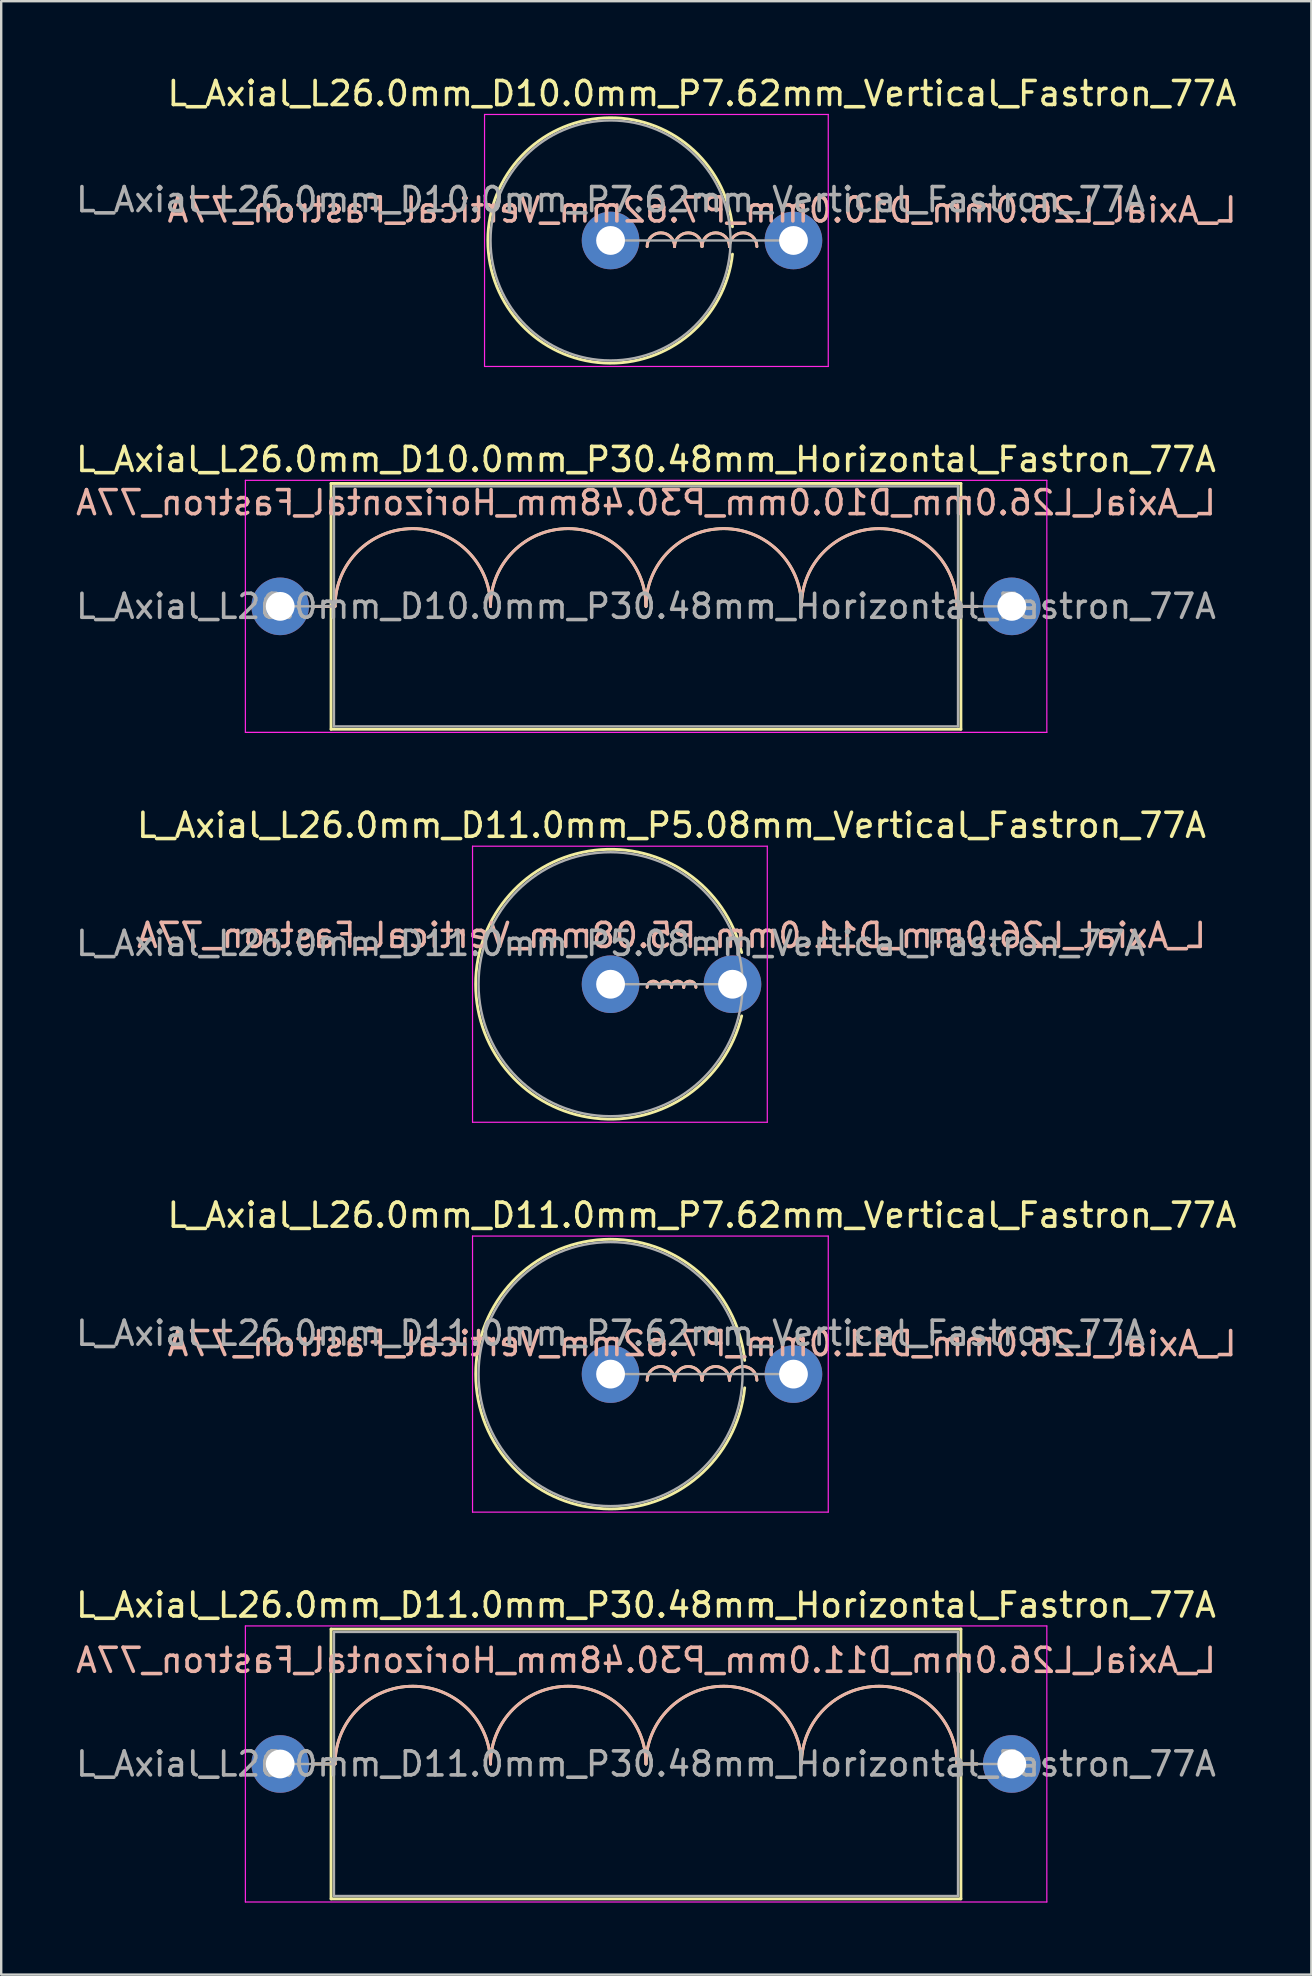
<source format=kicad_pcb>
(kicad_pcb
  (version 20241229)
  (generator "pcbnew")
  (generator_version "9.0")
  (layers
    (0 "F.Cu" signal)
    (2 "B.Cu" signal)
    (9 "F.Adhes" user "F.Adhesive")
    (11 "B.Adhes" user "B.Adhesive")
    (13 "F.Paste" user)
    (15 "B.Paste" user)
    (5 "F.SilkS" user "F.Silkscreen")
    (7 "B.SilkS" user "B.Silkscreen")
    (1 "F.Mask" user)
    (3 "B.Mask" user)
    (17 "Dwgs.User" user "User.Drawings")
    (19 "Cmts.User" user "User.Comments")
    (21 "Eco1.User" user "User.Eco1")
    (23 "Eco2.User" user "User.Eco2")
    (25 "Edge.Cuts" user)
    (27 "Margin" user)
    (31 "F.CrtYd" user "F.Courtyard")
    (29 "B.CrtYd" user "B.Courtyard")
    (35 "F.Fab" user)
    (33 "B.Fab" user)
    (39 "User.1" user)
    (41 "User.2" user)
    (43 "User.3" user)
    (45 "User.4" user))
  (footprint "L_Axial_L26.0mm_D11.0mm_P7.62mm_Vertical_Fastron_77A"
    (layer "F.Cu")
    (at 22.387 54.198)
    (property "Reference" "L_Axial_L26.0mm_D11.0mm_P7.62mm_Vertical_Fastron_77A" (at 3.81 -6.62 0) (layer "F.SilkS") (effects (font (size 1 1) (thickness 0.15))))
    (fp_arc (start 1.524 0.254) (mid 2.0955 -0.3175) (end 2.667 0.254) (stroke (width 0.12) (type solid)) (layer "F.SilkS"))
    (fp_arc (start 2.667 0.254) (mid 3.2385 -0.3175) (end 3.81 0.254) (stroke (width 0.12) (type solid)) (layer "F.SilkS"))
    (fp_arc (start 3.81 0.254) (mid 4.3815 -0.3175) (end 4.953 0.254) (stroke (width 0.12) (type solid)) (layer "F.SilkS"))
    (fp_arc (start 4.953 0.254) (mid 5.5245 -0.3175) (end 6.096 0.254) (stroke (width 0.12) (type solid)) (layer "F.SilkS"))
    (fp_arc (start 5.588 0.5715) (mid -5.617148 0) (end 5.588 -0.5715) (stroke (width 0.12) (type solid)) (layer "F.SilkS"))
    (fp_arc (start 1.524 0.254) (mid 2.0955 -0.3175) (end 2.667 0.254) (stroke (width 0.12) (type solid)) (layer "B.SilkS"))
    (fp_arc (start 2.667 0.254) (mid 3.2385 -0.3175) (end 3.81 0.254) (stroke (width 0.12) (type solid)) (layer "B.SilkS"))
    (fp_arc (start 3.81 0.254) (mid 4.3815 -0.3175) (end 4.953 0.254) (stroke (width 0.12) (type solid)) (layer "B.SilkS"))
    (fp_arc (start 4.953 0.254) (mid 5.5245 -0.3175) (end 6.096 0.254) (stroke (width 0.12) (type solid)) (layer "B.SilkS"))
    (fp_line (start -5.75 -5.75) (end -5.75 5.75) (stroke (width 0.05) (type solid)) (layer "F.CrtYd"))
    (fp_line (start -5.75 5.75) (end 9.07 5.75) (stroke (width 0.05) (type solid)) (layer "F.CrtYd"))
    (fp_line (start 9.07 -5.75) (end -5.75 -5.75) (stroke (width 0.05) (type solid)) (layer "F.CrtYd"))
    (fp_line (start 9.07 5.75) (end 9.07 -5.75) (stroke (width 0.05) (type solid)) (layer "F.CrtYd"))
    (fp_line (start 0 0) (end 7.62 0) (stroke (width 0.1) (type solid)) (layer "F.Fab"))
    (fp_circle (center 0 0) (end 5.5 0) (stroke (width 0.1) (type solid)) (fill no) (layer "F.Fab"))
    (fp_text user "${REFERENCE}" (at 3.81 -1.27 0) (layer "B.SilkS") (effects (font (size 1 1) (thickness 0.15)) (justify mirror)))
    (fp_text user "${REFERENCE}" (at 0 -1.7 0) (layer "F.Fab") (effects (font (size 1 1) (thickness 0.15))))
    (pad "1" thru_hole circle (at 0 0) (size 2.4 2.4) (drill 1.2) (layers "*.Cu" "*.Mask"))
    (pad "2" thru_hole oval (at 7.62 0) (size 2.4 2.4) (drill 1.2) (layers "*.Cu" "*.Mask")))
  (footprint "L_Axial_L26.0mm_D11.0mm_P5.08mm_Vertical_Fastron_77A"
    (layer "F.Cu")
    (at 22.387 37.955)
    (property "Reference" "L_Axial_L26.0mm_D11.0mm_P5.08mm_Vertical_Fastron_77A" (at 2.54 -6.62 0) (layer "F.SilkS") (effects (font (size 1 1) (thickness 0.15))))
    (fp_arc (start 1.524 0.127) (mid 1.778 -0.127) (end 2.032 0.127) (stroke (width 0.12) (type solid)) (layer "F.SilkS"))
    (fp_arc (start 2.032 0.127) (mid 2.286 -0.127) (end 2.54 0.127) (stroke (width 0.12) (type solid)) (layer "F.SilkS"))
    (fp_arc (start 2.54 0.127) (mid 2.794 -0.127) (end 3.048 0.127) (stroke (width 0.12) (type solid)) (layer "F.SilkS"))
    (fp_arc (start 3.048 0.127) (mid 3.302 -0.127) (end 3.556 0.127) (stroke (width 0.12) (type solid)) (layer "F.SilkS"))
    (fp_arc (start 5.462783 1.32) (mid -5.62 0) (end 5.462783 -1.32) (stroke (width 0.12) (type solid)) (layer "F.SilkS"))
    (fp_arc (start 1.524 0.127) (mid 1.778 -0.127) (end 2.032 0.127) (stroke (width 0.12) (type solid)) (layer "B.SilkS"))
    (fp_arc (start 2.032 0.127) (mid 2.286 -0.127) (end 2.54 0.127) (stroke (width 0.12) (type solid)) (layer "B.SilkS"))
    (fp_arc (start 2.54 0.127) (mid 2.794 -0.127) (end 3.048 0.127) (stroke (width 0.12) (type solid)) (layer "B.SilkS"))
    (fp_arc (start 3.048 0.127) (mid 3.302 -0.127) (end 3.556 0.127) (stroke (width 0.12) (type solid)) (layer "B.SilkS"))
    (fp_line (start -5.75 -5.75) (end -5.75 5.75) (stroke (width 0.05) (type solid)) (layer "F.CrtYd"))
    (fp_line (start -5.75 5.75) (end 6.53 5.75) (stroke (width 0.05) (type solid)) (layer "F.CrtYd"))
    (fp_line (start 6.53 -5.75) (end -5.75 -5.75) (stroke (width 0.05) (type solid)) (layer "F.CrtYd"))
    (fp_line (start 6.53 5.75) (end 6.53 -5.75) (stroke (width 0.05) (type solid)) (layer "F.CrtYd"))
    (fp_line (start 0 0) (end 5.08 0) (stroke (width 0.1) (type solid)) (layer "F.Fab"))
    (fp_circle (center 0 0) (end 5.5 0) (stroke (width 0.1) (type solid)) (fill no) (layer "F.Fab"))
    (fp_text user "${REFERENCE}" (at 2.54 -2.032 0) (layer "B.SilkS") (effects (font (size 1 1) (thickness 0.15)) (justify mirror)))
    (fp_text user "${REFERENCE}" (at 0 -1.7 0) (layer "F.Fab") (effects (font (size 1 1) (thickness 0.15))))
    (pad "1" thru_hole circle (at 0 0) (size 2.4 2.4) (drill 1.2) (layers "*.Cu" "*.Mask"))
    (pad "2" thru_hole oval (at 5.08 0) (size 2.4 2.4) (drill 1.2) (layers "*.Cu" "*.Mask")))
  (footprint "L_Axial_L26.0mm_D10.0mm_P30.48mm_Horizontal_Fastron_77A"
    (layer "F.Cu")
    (at 8.623 22.212)
    (property "Reference" "L_Axial_L26.0mm_D10.0mm_P30.48mm_Horizontal_Fastron_77A" (at 15.24 -6.12 0) (layer "F.SilkS") (effects (font (size 1 1) (thickness 0.15))))
    (fp_line (start 1.44 0) (end 2.12 0) (stroke (width 0.12) (type solid)) (layer "F.SilkS"))
    (fp_line (start 2.12 -5.12) (end 2.12 5.12) (stroke (width 0.12) (type solid)) (layer "F.SilkS"))
    (fp_line (start 2.12 5.12) (end 28.36 5.12) (stroke (width 0.12) (type solid)) (layer "F.SilkS"))
    (fp_line (start 2.286 0) (end 2.12 0) (stroke (width 0.12) (type solid)) (layer "F.SilkS"))
    (fp_line (start 28.194 0) (end 28.321 0) (stroke (width 0.12) (type solid)) (layer "F.SilkS"))
    (fp_line (start 28.36 -5.12) (end 2.12 -5.12) (stroke (width 0.12) (type solid)) (layer "F.SilkS"))
    (fp_line (start 28.36 5.12) (end 28.36 -5.12) (stroke (width 0.12) (type solid)) (layer "F.SilkS"))
    (fp_line (start 29.04 0) (end 28.36 0) (stroke (width 0.12) (type solid)) (layer "F.SilkS"))
    (fp_arc (start 2.286 0) (mid 5.5245 -3.2385) (end 8.763 0) (stroke (width 0.12) (type solid)) (layer "F.SilkS"))
    (fp_arc (start 8.763 0) (mid 12.0015 -3.2385) (end 15.24 0) (stroke (width 0.12) (type solid)) (layer "F.SilkS"))
    (fp_arc (start 15.24 0) (mid 18.4785 -3.2385) (end 21.717 0) (stroke (width 0.12) (type solid)) (layer "F.SilkS"))
    (fp_arc (start 21.717 0) (mid 24.9555 -3.2385) (end 28.194 0) (stroke (width 0.12) (type solid)) (layer "F.SilkS"))
    (fp_line (start 1.44 0) (end 2.12 0) (stroke (width 0.12) (type solid)) (layer "B.SilkS"))
    (fp_line (start 2.286 0) (end 2.159 0) (stroke (width 0.12) (type solid)) (layer "B.SilkS"))
    (fp_line (start 28.194 0) (end 28.36 0) (stroke (width 0.12) (type solid)) (layer "B.SilkS"))
    (fp_line (start 29.04 0) (end 28.36 0) (stroke (width 0.12) (type solid)) (layer "B.SilkS"))
    (fp_arc (start 2.286 0) (mid 5.5245 -3.2385) (end 8.763 0) (stroke (width 0.12) (type solid)) (layer "B.SilkS"))
    (fp_arc (start 8.763 0) (mid 12.0015 -3.2385) (end 15.24 0) (stroke (width 0.12) (type solid)) (layer "B.SilkS"))
    (fp_arc (start 15.24 0) (mid 18.4785 -3.2385) (end 21.717 0) (stroke (width 0.12) (type solid)) (layer "B.SilkS"))
    (fp_arc (start 21.717 0) (mid 24.9555 -3.2385) (end 28.194 0) (stroke (width 0.12) (type solid)) (layer "B.SilkS"))
    (fp_line (start -1.45 -5.25) (end -1.45 5.25) (stroke (width 0.05) (type solid)) (layer "F.CrtYd"))
    (fp_line (start -1.45 5.25) (end 31.94 5.25) (stroke (width 0.05) (type solid)) (layer "F.CrtYd"))
    (fp_line (start 31.94 -5.25) (end -1.45 -5.25) (stroke (width 0.05) (type solid)) (layer "F.CrtYd"))
    (fp_line (start 31.94 5.25) (end 31.94 -5.25) (stroke (width 0.05) (type solid)) (layer "F.CrtYd"))
    (fp_line (start 0 0) (end 2.24 0) (stroke (width 0.1) (type solid)) (layer "F.Fab"))
    (fp_line (start 2.24 -5) (end 2.24 5) (stroke (width 0.1) (type solid)) (layer "F.Fab"))
    (fp_line (start 2.24 5) (end 28.24 5) (stroke (width 0.1) (type solid)) (layer "F.Fab"))
    (fp_line (start 28.24 -5) (end 2.24 -5) (stroke (width 0.1) (type solid)) (layer "F.Fab"))
    (fp_line (start 28.24 5) (end 28.24 -5) (stroke (width 0.1) (type solid)) (layer "F.Fab"))
    (fp_line (start 30.48 0) (end 28.24 0) (stroke (width 0.1) (type solid)) (layer "F.Fab"))
    (fp_text user "${REFERENCE}" (at 15.24 -4.318 0) (layer "B.SilkS") (effects (font (size 1 1) (thickness 0.15)) (justify mirror)))
    (fp_text user "${REFERENCE}" (at 15.24 0 0) (layer "F.Fab") (effects (font (size 1 1) (thickness 0.15))))
    (pad "1" thru_hole circle (at 0 0) (size 2.4 2.4) (drill 1.2) (layers "*.Cu" "*.Mask"))
    (pad "2" thru_hole oval (at 30.48 0) (size 2.4 2.4) (drill 1.2) (layers "*.Cu" "*.Mask")))
  (footprint "L_Axial_L26.0mm_D11.0mm_P30.48mm_Horizontal_Fastron_77A"
    (layer "F.Cu")
    (at 8.623 70.441)
    (property "Reference" "L_Axial_L26.0mm_D11.0mm_P30.48mm_Horizontal_Fastron_77A" (at 15.24 -6.62 0) (layer "F.SilkS") (effects (font (size 1 1) (thickness 0.15))))
    (fp_line (start 1.44 0) (end 2.12 0) (stroke (width 0.12) (type solid)) (layer "F.SilkS"))
    (fp_line (start 2.12 -5.62) (end 2.12 5.62) (stroke (width 0.12) (type solid)) (layer "F.SilkS"))
    (fp_line (start 2.12 5.62) (end 28.36 5.62) (stroke (width 0.12) (type solid)) (layer "F.SilkS"))
    (fp_line (start 2.286 0) (end 2.12 0) (stroke (width 0.12) (type solid)) (layer "F.SilkS"))
    (fp_line (start 28.194 0) (end 28.321 0) (stroke (width 0.12) (type solid)) (layer "F.SilkS"))
    (fp_line (start 28.36 -5.62) (end 2.12 -5.62) (stroke (width 0.12) (type solid)) (layer "F.SilkS"))
    (fp_line (start 28.36 5.62) (end 28.36 -5.62) (stroke (width 0.12) (type solid)) (layer "F.SilkS"))
    (fp_line (start 29.04 0) (end 28.36 0) (stroke (width 0.12) (type solid)) (layer "F.SilkS"))
    (fp_arc (start 2.286 0) (mid 5.5245 -3.2385) (end 8.763 0) (stroke (width 0.12) (type solid)) (layer "F.SilkS"))
    (fp_arc (start 8.763 0) (mid 12.0015 -3.2385) (end 15.24 0) (stroke (width 0.12) (type solid)) (layer "F.SilkS"))
    (fp_arc (start 15.24 0) (mid 18.4785 -3.2385) (end 21.717 0) (stroke (width 0.12) (type solid)) (layer "F.SilkS"))
    (fp_arc (start 21.717 0) (mid 24.9555 -3.2385) (end 28.194 0) (stroke (width 0.12) (type solid)) (layer "F.SilkS"))
    (fp_line (start 1.44 0) (end 2.12 0) (stroke (width 0.12) (type solid)) (layer "B.SilkS"))
    (fp_line (start 2.286 0) (end 2.159 0) (stroke (width 0.12) (type solid)) (layer "B.SilkS"))
    (fp_line (start 28.194 0) (end 28.36 0) (stroke (width 0.12) (type solid)) (layer "B.SilkS"))
    (fp_line (start 29.04 0) (end 28.36 0) (stroke (width 0.12) (type solid)) (layer "B.SilkS"))
    (fp_arc (start 2.286 0) (mid 5.5245 -3.2385) (end 8.763 0) (stroke (width 0.12) (type solid)) (layer "B.SilkS"))
    (fp_arc (start 8.763 0) (mid 12.0015 -3.2385) (end 15.24 0) (stroke (width 0.12) (type solid)) (layer "B.SilkS"))
    (fp_arc (start 15.24 0) (mid 18.4785 -3.2385) (end 21.717 0) (stroke (width 0.12) (type solid)) (layer "B.SilkS"))
    (fp_arc (start 21.717 0) (mid 24.9555 -3.2385) (end 28.194 0) (stroke (width 0.12) (type solid)) (layer "B.SilkS"))
    (fp_line (start -1.45 -5.75) (end -1.45 5.75) (stroke (width 0.05) (type solid)) (layer "F.CrtYd"))
    (fp_line (start -1.45 5.75) (end 31.94 5.75) (stroke (width 0.05) (type solid)) (layer "F.CrtYd"))
    (fp_line (start 31.94 -5.75) (end -1.45 -5.75) (stroke (width 0.05) (type solid)) (layer "F.CrtYd"))
    (fp_line (start 31.94 5.75) (end 31.94 -5.75) (stroke (width 0.05) (type solid)) (layer "F.CrtYd"))
    (fp_line (start 0 0) (end 2.24 0) (stroke (width 0.1) (type solid)) (layer "F.Fab"))
    (fp_line (start 2.24 -5.5) (end 2.24 5.5) (stroke (width 0.1) (type solid)) (layer "F.Fab"))
    (fp_line (start 2.24 5.5) (end 28.24 5.5) (stroke (width 0.1) (type solid)) (layer "F.Fab"))
    (fp_line (start 28.24 -5.5) (end 2.24 -5.5) (stroke (width 0.1) (type solid)) (layer "F.Fab"))
    (fp_line (start 28.24 5.5) (end 28.24 -5.5) (stroke (width 0.1) (type solid)) (layer "F.Fab"))
    (fp_line (start 30.48 0) (end 28.24 0) (stroke (width 0.1) (type solid)) (layer "F.Fab"))
    (fp_text user "${REFERENCE}" (at 15.24 -4.318 0) (layer "B.SilkS") (effects (font (size 1 1) (thickness 0.15)) (justify mirror)))
    (fp_text user "${REFERENCE}" (at 15.24 0 0) (layer "F.Fab") (effects (font (size 1 1) (thickness 0.15))))
    (pad "1" thru_hole circle (at 0 0) (size 2.4 2.4) (drill 1.2) (layers "*.Cu" "*.Mask"))
    (pad "2" thru_hole oval (at 30.48 0) (size 2.4 2.4) (drill 1.2) (layers "*.Cu" "*.Mask")))
  (footprint "L_Axial_L26.0mm_D10.0mm_P7.62mm_Vertical_Fastron_77A"
    (layer "F.Cu")
    (at 22.387 6.968)
    (property "Reference" "L_Axial_L26.0mm_D10.0mm_P7.62mm_Vertical_Fastron_77A" (at 3.81 -6.12 0) (layer "F.SilkS") (effects (font (size 1 1) (thickness 0.15))))
    (fp_arc (start 1.524 0.254) (mid 2.0955 -0.3175) (end 2.667 0.254) (stroke (width 0.12) (type solid)) (layer "F.SilkS"))
    (fp_arc (start 2.667 0.254) (mid 3.2385 -0.3175) (end 3.81 0.254) (stroke (width 0.12) (type solid)) (layer "F.SilkS"))
    (fp_arc (start 3.81 0.254) (mid 4.3815 -0.3175) (end 4.953 0.254) (stroke (width 0.12) (type solid)) (layer "F.SilkS"))
    (fp_arc (start 4.953 0.254) (mid 5.5245 -0.3175) (end 6.096 0.254) (stroke (width 0.12) (type solid)) (layer "F.SilkS"))
    (fp_arc (start 5.08 0.5715) (mid -5.112046 0) (end 5.08 -0.5715) (stroke (width 0.12) (type solid)) (layer "F.SilkS"))
    (fp_arc (start 1.524 0.254) (mid 2.0955 -0.3175) (end 2.667 0.254) (stroke (width 0.12) (type solid)) (layer "B.SilkS"))
    (fp_arc (start 2.667 0.254) (mid 3.2385 -0.3175) (end 3.81 0.254) (stroke (width 0.12) (type solid)) (layer "B.SilkS"))
    (fp_arc (start 3.81 0.254) (mid 4.3815 -0.3175) (end 4.953 0.254) (stroke (width 0.12) (type solid)) (layer "B.SilkS"))
    (fp_arc (start 4.953 0.254) (mid 5.5245 -0.3175) (end 6.096 0.254) (stroke (width 0.12) (type solid)) (layer "B.SilkS"))
    (fp_line (start -5.25 -5.25) (end -5.25 5.25) (stroke (width 0.05) (type solid)) (layer "F.CrtYd"))
    (fp_line (start -5.25 5.25) (end 9.07 5.25) (stroke (width 0.05) (type solid)) (layer "F.CrtYd"))
    (fp_line (start 9.07 -5.25) (end -5.25 -5.25) (stroke (width 0.05) (type solid)) (layer "F.CrtYd"))
    (fp_line (start 9.07 5.25) (end 9.07 -5.25) (stroke (width 0.05) (type solid)) (layer "F.CrtYd"))
    (fp_line (start 0 0) (end 7.62 0) (stroke (width 0.1) (type solid)) (layer "F.Fab"))
    (fp_circle (center 0 0) (end 5 0) (stroke (width 0.1) (type solid)) (fill no) (layer "F.Fab"))
    (fp_text user "${REFERENCE}" (at 3.81 -1.27 0) (layer "B.SilkS") (effects (font (size 1 1) (thickness 0.15)) (justify mirror)))
    (fp_text user "${REFERENCE}" (at 0 -1.7 0) (layer "F.Fab") (effects (font (size 1 1) (thickness 0.15))))
    (pad "1" thru_hole circle (at 0 0) (size 2.4 2.4) (drill 1.2) (layers "*.Cu" "*.Mask"))
    (pad "2" thru_hole oval (at 7.62 0) (size 2.4 2.4) (drill 1.2) (layers "*.Cu" "*.Mask")))
  (gr_rect
    (start -3 -3)
    (end 51.584 79.216)
    (stroke (width 0.1) (type default))
    (fill no)
    (layer "Edge.Cuts")))
</source>
